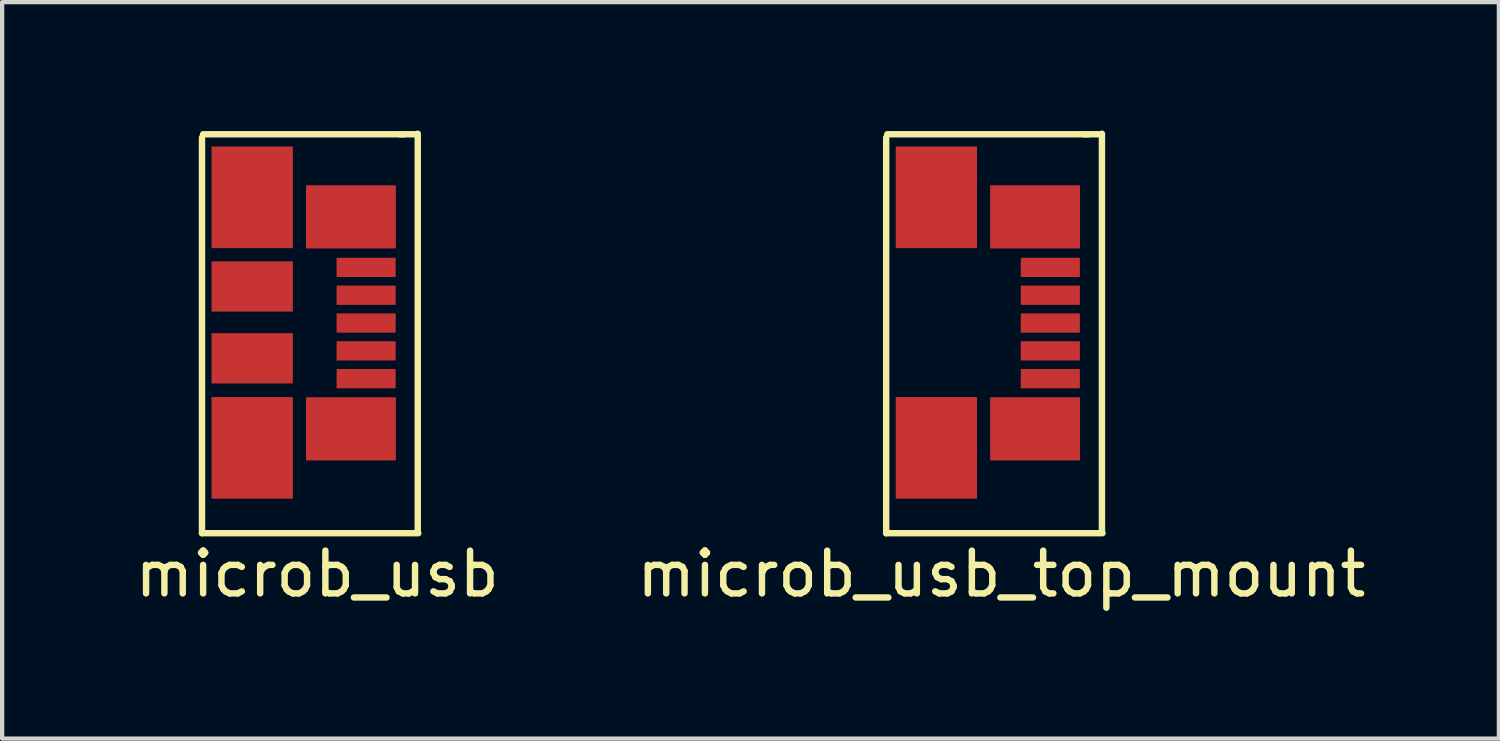
<source format=kicad_pcb>
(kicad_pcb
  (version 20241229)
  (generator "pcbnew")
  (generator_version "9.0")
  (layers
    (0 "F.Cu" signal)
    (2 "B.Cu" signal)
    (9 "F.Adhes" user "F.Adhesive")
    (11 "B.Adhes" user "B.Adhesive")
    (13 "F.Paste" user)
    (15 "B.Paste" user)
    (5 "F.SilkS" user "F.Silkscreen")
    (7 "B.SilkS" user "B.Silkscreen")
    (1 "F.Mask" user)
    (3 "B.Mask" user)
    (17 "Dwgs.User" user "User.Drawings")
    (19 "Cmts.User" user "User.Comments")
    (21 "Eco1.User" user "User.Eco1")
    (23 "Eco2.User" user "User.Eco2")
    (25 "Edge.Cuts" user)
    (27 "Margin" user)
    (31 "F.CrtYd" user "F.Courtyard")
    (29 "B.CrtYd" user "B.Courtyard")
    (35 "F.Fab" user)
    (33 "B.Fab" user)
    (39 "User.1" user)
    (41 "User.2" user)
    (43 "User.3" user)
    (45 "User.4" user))
  (footprint "microb_usb_top_mount"
    (layer "F.Cu")
    (at 20.135 4.444)
    (property "Reference" "microb_usb_top_mount" (at 0.216 5.918 0) (layer "F.SilkS") (effects (font (size 1 1) (thickness 0.15))))
    (attr through_hole)
    (fp_line (start -2.477 4.966) (end -2.477 -4.28) (stroke (width 0.15) (type solid)) (layer "F.SilkS"))
    (fp_line (start -2.451 -4.356) (end 2.248 -4.356) (stroke (width 0.15) (type solid)) (layer "F.SilkS"))
    (fp_line (start 2.146 -4.356) (end 2.54 -4.356) (stroke (width 0.15) (type solid)) (layer "F.SilkS"))
    (fp_line (start 2.565 -4.369) (end 2.565 4.94) (stroke (width 0.15) (type solid)) (layer "F.SilkS"))
    (fp_line (start 2.578 4.966) (end -2.477 4.966) (stroke (width 0.15) (type solid)) (layer "F.SilkS"))
    (pad "0" smd rect (at -1.304 -2.883) (size 1.9 2.375) (layers "F.Cu" "F.Mask" "F.Paste"))
    (pad "0" smd rect (at -1.304 2.972) (size 1.9 2.375) (layers "F.Cu" "F.Mask" "F.Paste"))
    (pad "0" smd rect (at 1.003 -2.426) (size 2.1 1.475) (layers "F.Cu" "F.Mask" "F.Paste"))
    (pad "0" smd rect (at 1.003 2.527) (size 2.1 1.475) (layers "F.Cu" "F.Mask" "F.Paste"))
    (pad "1" smd rect (at 1.359 -1.245) (size 1.38 0.45) (layers "F.Cu" "F.Mask" "F.Paste"))
    (pad "2" smd rect (at 1.359 -0.595) (size 1.38 0.45) (layers "F.Cu" "F.Mask" "F.Paste"))
    (pad "3" smd rect (at 1.359 0.055) (size 1.38 0.45) (layers "F.Cu" "F.Mask" "F.Paste"))
    (pad "4" smd rect (at 1.359 0.705) (size 1.38 0.45) (layers "F.Cu" "F.Mask" "F.Paste"))
    (pad "5" smd rect (at 1.359 1.355) (size 1.38 0.45) (layers "F.Cu" "F.Mask" "F.Paste")))
  (footprint "microb_usb"
    (layer "F.Cu")
    (at 4.147 4.444)
    (property "Reference" "microb_usb" (at 0.216 5.918 0) (layer "F.SilkS") (effects (font (size 1 1) (thickness 0.15))))
    (attr through_hole)
    (fp_line (start -2.477 4.966) (end -2.477 -4.28) (stroke (width 0.15) (type solid)) (layer "F.SilkS"))
    (fp_line (start -2.451 -4.356) (end 2.248 -4.356) (stroke (width 0.15) (type solid)) (layer "F.SilkS"))
    (fp_line (start 2.146 -4.356) (end 2.54 -4.356) (stroke (width 0.15) (type solid)) (layer "F.SilkS"))
    (fp_line (start 2.565 -4.369) (end 2.565 4.94) (stroke (width 0.15) (type solid)) (layer "F.SilkS"))
    (fp_line (start 2.578 4.966) (end -2.477 4.966) (stroke (width 0.15) (type solid)) (layer "F.SilkS"))
    (pad "0" smd rect (at -1.304 -2.883) (size 1.9 2.375) (layers "F.Cu" "F.Mask" "F.Paste"))
    (pad "0" smd rect (at -1.304 -0.8) (size 1.9 1.175) (layers "F.Cu" "F.Mask" "F.Paste"))
    (pad "0" smd rect (at -1.304 0.879) (size 1.9 1.175) (layers "F.Cu" "F.Mask" "F.Paste"))
    (pad "0" smd rect (at -1.304 2.972) (size 1.9 2.375) (layers "F.Cu" "F.Mask" "F.Paste"))
    (pad "0" smd rect (at 1.003 -2.426) (size 2.1 1.475) (layers "F.Cu" "F.Mask" "F.Paste"))
    (pad "0" smd rect (at 1.003 2.527) (size 2.1 1.475) (layers "F.Cu" "F.Mask" "F.Paste"))
    (pad "1" smd rect (at 1.359 -1.245) (size 1.38 0.45) (layers "F.Cu" "F.Mask" "F.Paste"))
    (pad "2" smd rect (at 1.359 -0.595) (size 1.38 0.45) (layers "F.Cu" "F.Mask" "F.Paste"))
    (pad "3" smd rect (at 1.359 0.055) (size 1.38 0.45) (layers "F.Cu" "F.Mask" "F.Paste"))
    (pad "4" smd rect (at 1.359 0.705) (size 1.38 0.45) (layers "F.Cu" "F.Mask" "F.Paste"))
    (pad "5" smd rect (at 1.359 1.355) (size 1.38 0.45) (layers "F.Cu" "F.Mask" "F.Paste")))
  (gr_rect
    (start -3 -3)
    (end 31.976 14.21)
    (stroke (width 0.1) (type default))
    (fill no)
    (layer "Edge.Cuts")))
</source>
